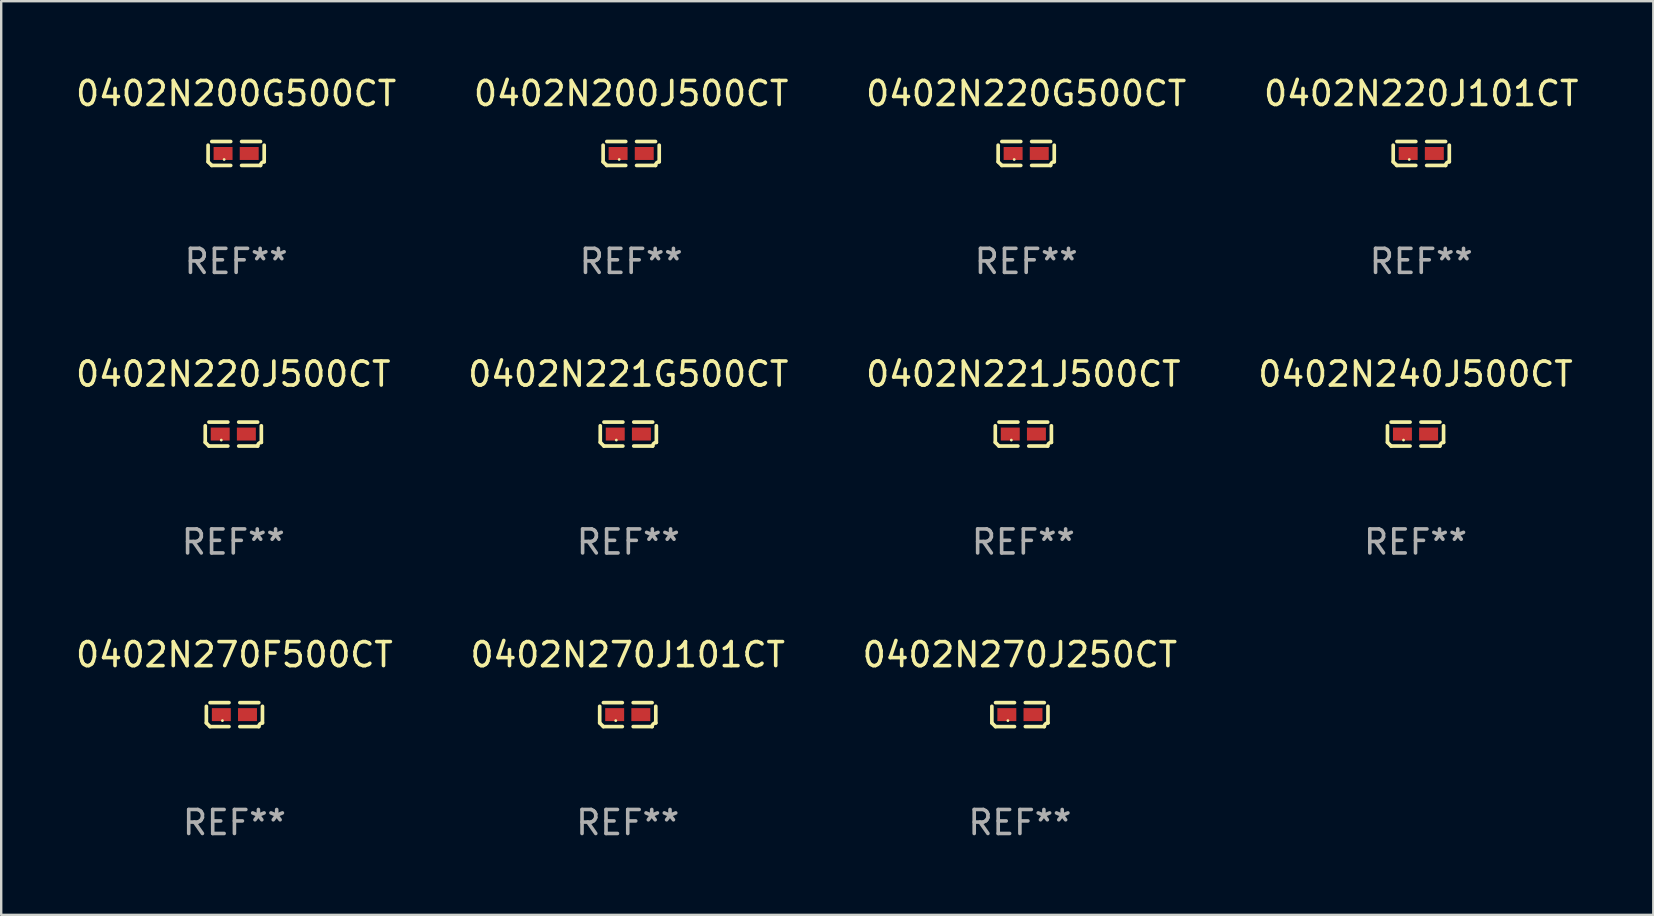
<source format=kicad_pcb>
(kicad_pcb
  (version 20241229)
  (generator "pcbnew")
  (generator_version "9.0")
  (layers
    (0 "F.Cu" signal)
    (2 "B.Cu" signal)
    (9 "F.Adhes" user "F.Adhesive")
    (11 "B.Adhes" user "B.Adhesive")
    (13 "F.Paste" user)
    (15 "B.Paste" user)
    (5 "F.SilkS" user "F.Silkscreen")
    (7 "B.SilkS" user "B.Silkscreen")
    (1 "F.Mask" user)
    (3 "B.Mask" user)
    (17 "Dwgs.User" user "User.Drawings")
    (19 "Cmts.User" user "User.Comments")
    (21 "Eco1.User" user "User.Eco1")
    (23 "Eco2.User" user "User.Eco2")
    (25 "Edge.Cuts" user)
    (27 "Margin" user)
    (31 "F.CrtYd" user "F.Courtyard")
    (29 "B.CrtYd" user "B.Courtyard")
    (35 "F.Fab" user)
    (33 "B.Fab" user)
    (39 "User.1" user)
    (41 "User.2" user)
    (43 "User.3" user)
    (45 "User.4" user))
  (footprint "0402N200G500CT"
    (layer "F.Cu")
    (at 6.792 3.347)
    (property "Reference" "0402N200G500CT" (at 0 -2.499 0) (layer "F.SilkS") (effects (font (size 1 1) (thickness 0.15))))
    (attr through_hole)
    (fp_line (start -1.169 0.346) (end -1.169 -0.346) (stroke (width 0.152) (type solid)) (layer "F.SilkS"))
    (fp_line (start -1.016 -0.499) (end -0.226 -0.499) (stroke (width 0.152) (type solid)) (layer "F.SilkS"))
    (fp_line (start -0.226 0.499) (end -1.016 0.499) (stroke (width 0.152) (type solid)) (layer "F.SilkS"))
    (fp_line (start 0.226 0.499) (end 1.016 0.499) (stroke (width 0.152) (type solid)) (layer "F.SilkS"))
    (fp_line (start 1.016 -0.499) (end 0.226 -0.499) (stroke (width 0.152) (type solid)) (layer "F.SilkS"))
    (fp_line (start 1.169 0.346) (end 1.169 -0.346) (stroke (width 0.152) (type solid)) (layer "F.SilkS"))
    (fp_arc (start -1.016307 0.498603) (mid -1.092512 0.422405) (end -1.16871 0.3462) (stroke (width 0.1524) (type solid)) (layer "F.SilkS"))
    (fp_arc (start 1.016307 0.498603) (mid 1.060899 0.390758) (end 1.168707 0.346076) (stroke (width 0.1524) (type solid)) (layer "F.SilkS"))
    (fp_circle (center -0.5 0.25) (end -0.47 0.25) (stroke (width 0.06) (type solid)) (fill no) (layer "F.SilkS"))
    (fp_text user "REF**" (at 0 4.499 0) (layer "F.Fab") (effects (font (size 1 1) (thickness 0.15))))
    (pad "1" smd rect (at -0.545 0) (size 0.79 0.54) (layers "F.Cu" "F.Mask" "F.Paste"))
    (pad "2" smd rect (at 0.545 0) (size 0.79 0.54) (layers "F.Cu" "F.Mask" "F.Paste")))
  (footprint "0402N221J500CT"
    (layer "F.Cu")
    (at 39.601 15.041)
    (property "Reference" "0402N221J500CT" (at 0 -2.499 0) (layer "F.SilkS") (effects (font (size 1 1) (thickness 0.15))))
    (attr through_hole)
    (fp_line (start -1.169 0.346) (end -1.169 -0.346) (stroke (width 0.152) (type solid)) (layer "F.SilkS"))
    (fp_line (start -1.016 -0.499) (end -0.226 -0.499) (stroke (width 0.152) (type solid)) (layer "F.SilkS"))
    (fp_line (start -0.226 0.499) (end -1.016 0.499) (stroke (width 0.152) (type solid)) (layer "F.SilkS"))
    (fp_line (start 0.226 0.499) (end 1.016 0.499) (stroke (width 0.152) (type solid)) (layer "F.SilkS"))
    (fp_line (start 1.016 -0.499) (end 0.226 -0.499) (stroke (width 0.152) (type solid)) (layer "F.SilkS"))
    (fp_line (start 1.169 0.346) (end 1.169 -0.346) (stroke (width 0.152) (type solid)) (layer "F.SilkS"))
    (fp_arc (start -1.016307 0.498603) (mid -1.092512 0.422405) (end -1.16871 0.3462) (stroke (width 0.1524) (type solid)) (layer "F.SilkS"))
    (fp_arc (start 1.016307 0.498603) (mid 1.060899 0.390758) (end 1.168707 0.346076) (stroke (width 0.1524) (type solid)) (layer "F.SilkS"))
    (fp_circle (center -0.5 0.25) (end -0.47 0.25) (stroke (width 0.06) (type solid)) (fill no) (layer "F.SilkS"))
    (fp_text user "REF**" (at 0 4.499 0) (layer "F.Fab") (effects (font (size 1 1) (thickness 0.15))))
    (pad "1" smd rect (at -0.545 0) (size 0.79 0.54) (layers "F.Cu" "F.Mask" "F.Paste"))
    (pad "2" smd rect (at 0.545 0) (size 0.79 0.54) (layers "F.Cu" "F.Mask" "F.Paste")))
  (footprint "0402N270J250CT"
    (layer "F.Cu")
    (at 39.458 26.734)
    (property "Reference" "0402N270J250CT" (at 0 -2.499 0) (layer "F.SilkS") (effects (font (size 1 1) (thickness 0.15))))
    (attr through_hole)
    (fp_line (start -1.169 0.346) (end -1.169 -0.346) (stroke (width 0.152) (type solid)) (layer "F.SilkS"))
    (fp_line (start -1.016 -0.499) (end -0.226 -0.499) (stroke (width 0.152) (type solid)) (layer "F.SilkS"))
    (fp_line (start -0.226 0.499) (end -1.016 0.499) (stroke (width 0.152) (type solid)) (layer "F.SilkS"))
    (fp_line (start 0.226 0.499) (end 1.016 0.499) (stroke (width 0.152) (type solid)) (layer "F.SilkS"))
    (fp_line (start 1.016 -0.499) (end 0.226 -0.499) (stroke (width 0.152) (type solid)) (layer "F.SilkS"))
    (fp_line (start 1.169 0.346) (end 1.169 -0.346) (stroke (width 0.152) (type solid)) (layer "F.SilkS"))
    (fp_arc (start -1.016307 0.498603) (mid -1.092512 0.422405) (end -1.16871 0.3462) (stroke (width 0.1524) (type solid)) (layer "F.SilkS"))
    (fp_arc (start 1.016307 0.498603) (mid 1.060899 0.390758) (end 1.168707 0.346076) (stroke (width 0.1524) (type solid)) (layer "F.SilkS"))
    (fp_circle (center -0.5 0.25) (end -0.47 0.25) (stroke (width 0.06) (type solid)) (fill no) (layer "F.SilkS"))
    (fp_text user "REF**" (at 0 4.499 0) (layer "F.Fab") (effects (font (size 1 1) (thickness 0.15))))
    (pad "1" smd rect (at -0.545 0) (size 0.79 0.54) (layers "F.Cu" "F.Mask" "F.Paste"))
    (pad "2" smd rect (at 0.545 0) (size 0.79 0.54) (layers "F.Cu" "F.Mask" "F.Paste")))
  (footprint "0402N220G500CT"
    (layer "F.Cu")
    (at 39.72 3.347)
    (property "Reference" "0402N220G500CT" (at 0 -2.499 0) (layer "F.SilkS") (effects (font (size 1 1) (thickness 0.15))))
    (attr through_hole)
    (fp_line (start -1.169 0.346) (end -1.169 -0.346) (stroke (width 0.152) (type solid)) (layer "F.SilkS"))
    (fp_line (start -1.016 -0.499) (end -0.226 -0.499) (stroke (width 0.152) (type solid)) (layer "F.SilkS"))
    (fp_line (start -0.226 0.499) (end -1.016 0.499) (stroke (width 0.152) (type solid)) (layer "F.SilkS"))
    (fp_line (start 0.226 0.499) (end 1.016 0.499) (stroke (width 0.152) (type solid)) (layer "F.SilkS"))
    (fp_line (start 1.016 -0.499) (end 0.226 -0.499) (stroke (width 0.152) (type solid)) (layer "F.SilkS"))
    (fp_line (start 1.169 0.346) (end 1.169 -0.346) (stroke (width 0.152) (type solid)) (layer "F.SilkS"))
    (fp_arc (start -1.016307 0.498603) (mid -1.092512 0.422405) (end -1.16871 0.3462) (stroke (width 0.1524) (type solid)) (layer "F.SilkS"))
    (fp_arc (start 1.016307 0.498603) (mid 1.060899 0.390758) (end 1.168707 0.346076) (stroke (width 0.1524) (type solid)) (layer "F.SilkS"))
    (fp_circle (center -0.5 0.25) (end -0.47 0.25) (stroke (width 0.06) (type solid)) (fill no) (layer "F.SilkS"))
    (fp_text user "REF**" (at 0 4.499 0) (layer "F.Fab") (effects (font (size 1 1) (thickness 0.15))))
    (pad "1" smd rect (at -0.545 0) (size 0.79 0.54) (layers "F.Cu" "F.Mask" "F.Paste"))
    (pad "2" smd rect (at 0.545 0) (size 0.79 0.54) (layers "F.Cu" "F.Mask" "F.Paste")))
  (footprint "0402N220J500CT"
    (layer "F.Cu")
    (at 6.673 15.041)
    (property "Reference" "0402N220J500CT" (at 0 -2.499 0) (layer "F.SilkS") (effects (font (size 1 1) (thickness 0.15))))
    (attr through_hole)
    (fp_line (start -1.169 0.346) (end -1.169 -0.346) (stroke (width 0.152) (type solid)) (layer "F.SilkS"))
    (fp_line (start -1.016 -0.499) (end -0.226 -0.499) (stroke (width 0.152) (type solid)) (layer "F.SilkS"))
    (fp_line (start -0.226 0.499) (end -1.016 0.499) (stroke (width 0.152) (type solid)) (layer "F.SilkS"))
    (fp_line (start 0.226 0.499) (end 1.016 0.499) (stroke (width 0.152) (type solid)) (layer "F.SilkS"))
    (fp_line (start 1.016 -0.499) (end 0.226 -0.499) (stroke (width 0.152) (type solid)) (layer "F.SilkS"))
    (fp_line (start 1.169 0.346) (end 1.169 -0.346) (stroke (width 0.152) (type solid)) (layer "F.SilkS"))
    (fp_arc (start -1.016307 0.498603) (mid -1.092512 0.422405) (end -1.16871 0.3462) (stroke (width 0.1524) (type solid)) (layer "F.SilkS"))
    (fp_arc (start 1.016307 0.498603) (mid 1.060899 0.390758) (end 1.168707 0.346076) (stroke (width 0.1524) (type solid)) (layer "F.SilkS"))
    (fp_circle (center -0.5 0.25) (end -0.47 0.25) (stroke (width 0.06) (type solid)) (fill no) (layer "F.SilkS"))
    (fp_text user "REF**" (at 0 4.499 0) (layer "F.Fab") (effects (font (size 1 1) (thickness 0.15))))
    (pad "1" smd rect (at -0.545 0) (size 0.79 0.54) (layers "F.Cu" "F.Mask" "F.Paste"))
    (pad "2" smd rect (at 0.545 0) (size 0.79 0.54) (layers "F.Cu" "F.Mask" "F.Paste")))
  (footprint "0402N270F500CT"
    (layer "F.Cu")
    (at 6.72 26.734)
    (property "Reference" "0402N270F500CT" (at 0 -2.499 0) (layer "F.SilkS") (effects (font (size 1 1) (thickness 0.15))))
    (attr through_hole)
    (fp_line (start -1.169 0.346) (end -1.169 -0.346) (stroke (width 0.152) (type solid)) (layer "F.SilkS"))
    (fp_line (start -1.016 -0.499) (end -0.226 -0.499) (stroke (width 0.152) (type solid)) (layer "F.SilkS"))
    (fp_line (start -0.226 0.499) (end -1.016 0.499) (stroke (width 0.152) (type solid)) (layer "F.SilkS"))
    (fp_line (start 0.226 0.499) (end 1.016 0.499) (stroke (width 0.152) (type solid)) (layer "F.SilkS"))
    (fp_line (start 1.016 -0.499) (end 0.226 -0.499) (stroke (width 0.152) (type solid)) (layer "F.SilkS"))
    (fp_line (start 1.169 0.346) (end 1.169 -0.346) (stroke (width 0.152) (type solid)) (layer "F.SilkS"))
    (fp_arc (start -1.016307 0.498603) (mid -1.092512 0.422405) (end -1.16871 0.3462) (stroke (width 0.1524) (type solid)) (layer "F.SilkS"))
    (fp_arc (start 1.016307 0.498603) (mid 1.060899 0.390758) (end 1.168707 0.346076) (stroke (width 0.1524) (type solid)) (layer "F.SilkS"))
    (fp_circle (center -0.5 0.25) (end -0.47 0.25) (stroke (width 0.06) (type solid)) (fill no) (layer "F.SilkS"))
    (fp_text user "REF**" (at 0 4.499 0) (layer "F.Fab") (effects (font (size 1 1) (thickness 0.15))))
    (pad "1" smd rect (at -0.545 0) (size 0.79 0.54) (layers "F.Cu" "F.Mask" "F.Paste"))
    (pad "2" smd rect (at 0.545 0) (size 0.79 0.54) (layers "F.Cu" "F.Mask" "F.Paste")))
  (footprint "0402N270J101CT"
    (layer "F.Cu")
    (at 23.113 26.734)
    (property "Reference" "0402N270J101CT" (at 0 -2.499 0) (layer "F.SilkS") (effects (font (size 1 1) (thickness 0.15))))
    (attr through_hole)
    (fp_line (start -1.169 0.346) (end -1.169 -0.346) (stroke (width 0.152) (type solid)) (layer "F.SilkS"))
    (fp_line (start -1.016 -0.499) (end -0.226 -0.499) (stroke (width 0.152) (type solid)) (layer "F.SilkS"))
    (fp_line (start -0.226 0.499) (end -1.016 0.499) (stroke (width 0.152) (type solid)) (layer "F.SilkS"))
    (fp_line (start 0.226 0.499) (end 1.016 0.499) (stroke (width 0.152) (type solid)) (layer "F.SilkS"))
    (fp_line (start 1.016 -0.499) (end 0.226 -0.499) (stroke (width 0.152) (type solid)) (layer "F.SilkS"))
    (fp_line (start 1.169 0.346) (end 1.169 -0.346) (stroke (width 0.152) (type solid)) (layer "F.SilkS"))
    (fp_arc (start -1.016307 0.498603) (mid -1.092512 0.422405) (end -1.16871 0.3462) (stroke (width 0.1524) (type solid)) (layer "F.SilkS"))
    (fp_arc (start 1.016307 0.498603) (mid 1.060899 0.390758) (end 1.168707 0.346076) (stroke (width 0.1524) (type solid)) (layer "F.SilkS"))
    (fp_circle (center -0.5 0.25) (end -0.47 0.25) (stroke (width 0.06) (type solid)) (fill no) (layer "F.SilkS"))
    (fp_text user "REF**" (at 0 4.499 0) (layer "F.Fab") (effects (font (size 1 1) (thickness 0.15))))
    (pad "1" smd rect (at -0.545 0) (size 0.79 0.54) (layers "F.Cu" "F.Mask" "F.Paste"))
    (pad "2" smd rect (at 0.545 0) (size 0.79 0.54) (layers "F.Cu" "F.Mask" "F.Paste")))
  (footprint "0402N220J101CT"
    (layer "F.Cu")
    (at 56.185 3.347)
    (property "Reference" "0402N220J101CT" (at 0 -2.499 0) (layer "F.SilkS") (effects (font (size 1 1) (thickness 0.15))))
    (attr through_hole)
    (fp_line (start -1.169 0.346) (end -1.169 -0.346) (stroke (width 0.152) (type solid)) (layer "F.SilkS"))
    (fp_line (start -1.016 -0.499) (end -0.226 -0.499) (stroke (width 0.152) (type solid)) (layer "F.SilkS"))
    (fp_line (start -0.226 0.499) (end -1.016 0.499) (stroke (width 0.152) (type solid)) (layer "F.SilkS"))
    (fp_line (start 0.226 0.499) (end 1.016 0.499) (stroke (width 0.152) (type solid)) (layer "F.SilkS"))
    (fp_line (start 1.016 -0.499) (end 0.226 -0.499) (stroke (width 0.152) (type solid)) (layer "F.SilkS"))
    (fp_line (start 1.169 0.346) (end 1.169 -0.346) (stroke (width 0.152) (type solid)) (layer "F.SilkS"))
    (fp_arc (start -1.016307 0.498603) (mid -1.092512 0.422405) (end -1.16871 0.3462) (stroke (width 0.1524) (type solid)) (layer "F.SilkS"))
    (fp_arc (start 1.016307 0.498603) (mid 1.060899 0.390758) (end 1.168707 0.346076) (stroke (width 0.1524) (type solid)) (layer "F.SilkS"))
    (fp_circle (center -0.5 0.25) (end -0.47 0.25) (stroke (width 0.06) (type solid)) (fill no) (layer "F.SilkS"))
    (fp_text user "REF**" (at 0 4.499 0) (layer "F.Fab") (effects (font (size 1 1) (thickness 0.15))))
    (pad "1" smd rect (at -0.545 0) (size 0.79 0.54) (layers "F.Cu" "F.Mask" "F.Paste"))
    (pad "2" smd rect (at 0.545 0) (size 0.79 0.54) (layers "F.Cu" "F.Mask" "F.Paste")))
  (footprint "0402N240J500CT"
    (layer "F.Cu")
    (at 55.946 15.041)
    (property "Reference" "0402N240J500CT" (at 0 -2.499 0) (layer "F.SilkS") (effects (font (size 1 1) (thickness 0.15))))
    (attr through_hole)
    (fp_line (start -1.169 0.346) (end -1.169 -0.346) (stroke (width 0.152) (type solid)) (layer "F.SilkS"))
    (fp_line (start -1.016 -0.499) (end -0.226 -0.499) (stroke (width 0.152) (type solid)) (layer "F.SilkS"))
    (fp_line (start -0.226 0.499) (end -1.016 0.499) (stroke (width 0.152) (type solid)) (layer "F.SilkS"))
    (fp_line (start 0.226 0.499) (end 1.016 0.499) (stroke (width 0.152) (type solid)) (layer "F.SilkS"))
    (fp_line (start 1.016 -0.499) (end 0.226 -0.499) (stroke (width 0.152) (type solid)) (layer "F.SilkS"))
    (fp_line (start 1.169 0.346) (end 1.169 -0.346) (stroke (width 0.152) (type solid)) (layer "F.SilkS"))
    (fp_arc (start -1.016307 0.498603) (mid -1.092512 0.422405) (end -1.16871 0.3462) (stroke (width 0.1524) (type solid)) (layer "F.SilkS"))
    (fp_arc (start 1.016307 0.498603) (mid 1.060899 0.390758) (end 1.168707 0.346076) (stroke (width 0.1524) (type solid)) (layer "F.SilkS"))
    (fp_circle (center -0.5 0.25) (end -0.47 0.25) (stroke (width 0.06) (type solid)) (fill no) (layer "F.SilkS"))
    (fp_text user "REF**" (at 0 4.499 0) (layer "F.Fab") (effects (font (size 1 1) (thickness 0.15))))
    (pad "1" smd rect (at -0.545 0) (size 0.79 0.54) (layers "F.Cu" "F.Mask" "F.Paste"))
    (pad "2" smd rect (at 0.545 0) (size 0.79 0.54) (layers "F.Cu" "F.Mask" "F.Paste")))
  (footprint "0402N221G500CT"
    (layer "F.Cu")
    (at 23.137 15.041)
    (property "Reference" "0402N221G500CT" (at 0 -2.499 0) (layer "F.SilkS") (effects (font (size 1 1) (thickness 0.15))))
    (attr through_hole)
    (fp_line (start -1.169 0.346) (end -1.169 -0.346) (stroke (width 0.152) (type solid)) (layer "F.SilkS"))
    (fp_line (start -1.016 -0.499) (end -0.226 -0.499) (stroke (width 0.152) (type solid)) (layer "F.SilkS"))
    (fp_line (start -0.226 0.499) (end -1.016 0.499) (stroke (width 0.152) (type solid)) (layer "F.SilkS"))
    (fp_line (start 0.226 0.499) (end 1.016 0.499) (stroke (width 0.152) (type solid)) (layer "F.SilkS"))
    (fp_line (start 1.016 -0.499) (end 0.226 -0.499) (stroke (width 0.152) (type solid)) (layer "F.SilkS"))
    (fp_line (start 1.169 0.346) (end 1.169 -0.346) (stroke (width 0.152) (type solid)) (layer "F.SilkS"))
    (fp_arc (start -1.016307 0.498603) (mid -1.092512 0.422405) (end -1.16871 0.3462) (stroke (width 0.1524) (type solid)) (layer "F.SilkS"))
    (fp_arc (start 1.016307 0.498603) (mid 1.060899 0.390758) (end 1.168707 0.346076) (stroke (width 0.1524) (type solid)) (layer "F.SilkS"))
    (fp_circle (center -0.5 0.25) (end -0.47 0.25) (stroke (width 0.06) (type solid)) (fill no) (layer "F.SilkS"))
    (fp_text user "REF**" (at 0 4.499 0) (layer "F.Fab") (effects (font (size 1 1) (thickness 0.15))))
    (pad "1" smd rect (at -0.545 0) (size 0.79 0.54) (layers "F.Cu" "F.Mask" "F.Paste"))
    (pad "2" smd rect (at 0.545 0) (size 0.79 0.54) (layers "F.Cu" "F.Mask" "F.Paste")))
  (footprint "0402N200J500CT"
    (layer "F.Cu")
    (at 23.256 3.347)
    (property "Reference" "0402N200J500CT" (at 0 -2.499 0) (layer "F.SilkS") (effects (font (size 1 1) (thickness 0.15))))
    (attr through_hole)
    (fp_line (start -1.169 0.346) (end -1.169 -0.346) (stroke (width 0.152) (type solid)) (layer "F.SilkS"))
    (fp_line (start -1.016 -0.499) (end -0.226 -0.499) (stroke (width 0.152) (type solid)) (layer "F.SilkS"))
    (fp_line (start -0.226 0.499) (end -1.016 0.499) (stroke (width 0.152) (type solid)) (layer "F.SilkS"))
    (fp_line (start 0.226 0.499) (end 1.016 0.499) (stroke (width 0.152) (type solid)) (layer "F.SilkS"))
    (fp_line (start 1.016 -0.499) (end 0.226 -0.499) (stroke (width 0.152) (type solid)) (layer "F.SilkS"))
    (fp_line (start 1.169 0.346) (end 1.169 -0.346) (stroke (width 0.152) (type solid)) (layer "F.SilkS"))
    (fp_arc (start -1.016307 0.498603) (mid -1.092512 0.422405) (end -1.16871 0.3462) (stroke (width 0.1524) (type solid)) (layer "F.SilkS"))
    (fp_arc (start 1.016307 0.498603) (mid 1.060899 0.390758) (end 1.168707 0.346076) (stroke (width 0.1524) (type solid)) (layer "F.SilkS"))
    (fp_circle (center -0.5 0.25) (end -0.47 0.25) (stroke (width 0.06) (type solid)) (fill no) (layer "F.SilkS"))
    (fp_text user "REF**" (at 0 4.499 0) (layer "F.Fab") (effects (font (size 1 1) (thickness 0.15))))
    (pad "1" smd rect (at -0.545 0) (size 0.79 0.54) (layers "F.Cu" "F.Mask" "F.Paste"))
    (pad "2" smd rect (at 0.545 0) (size 0.79 0.54) (layers "F.Cu" "F.Mask" "F.Paste")))
  (gr_rect
    (start -3 -3)
    (end 65.857 35.081)
    (stroke (width 0.1) (type default))
    (fill no)
    (layer "Edge.Cuts")))
</source>
